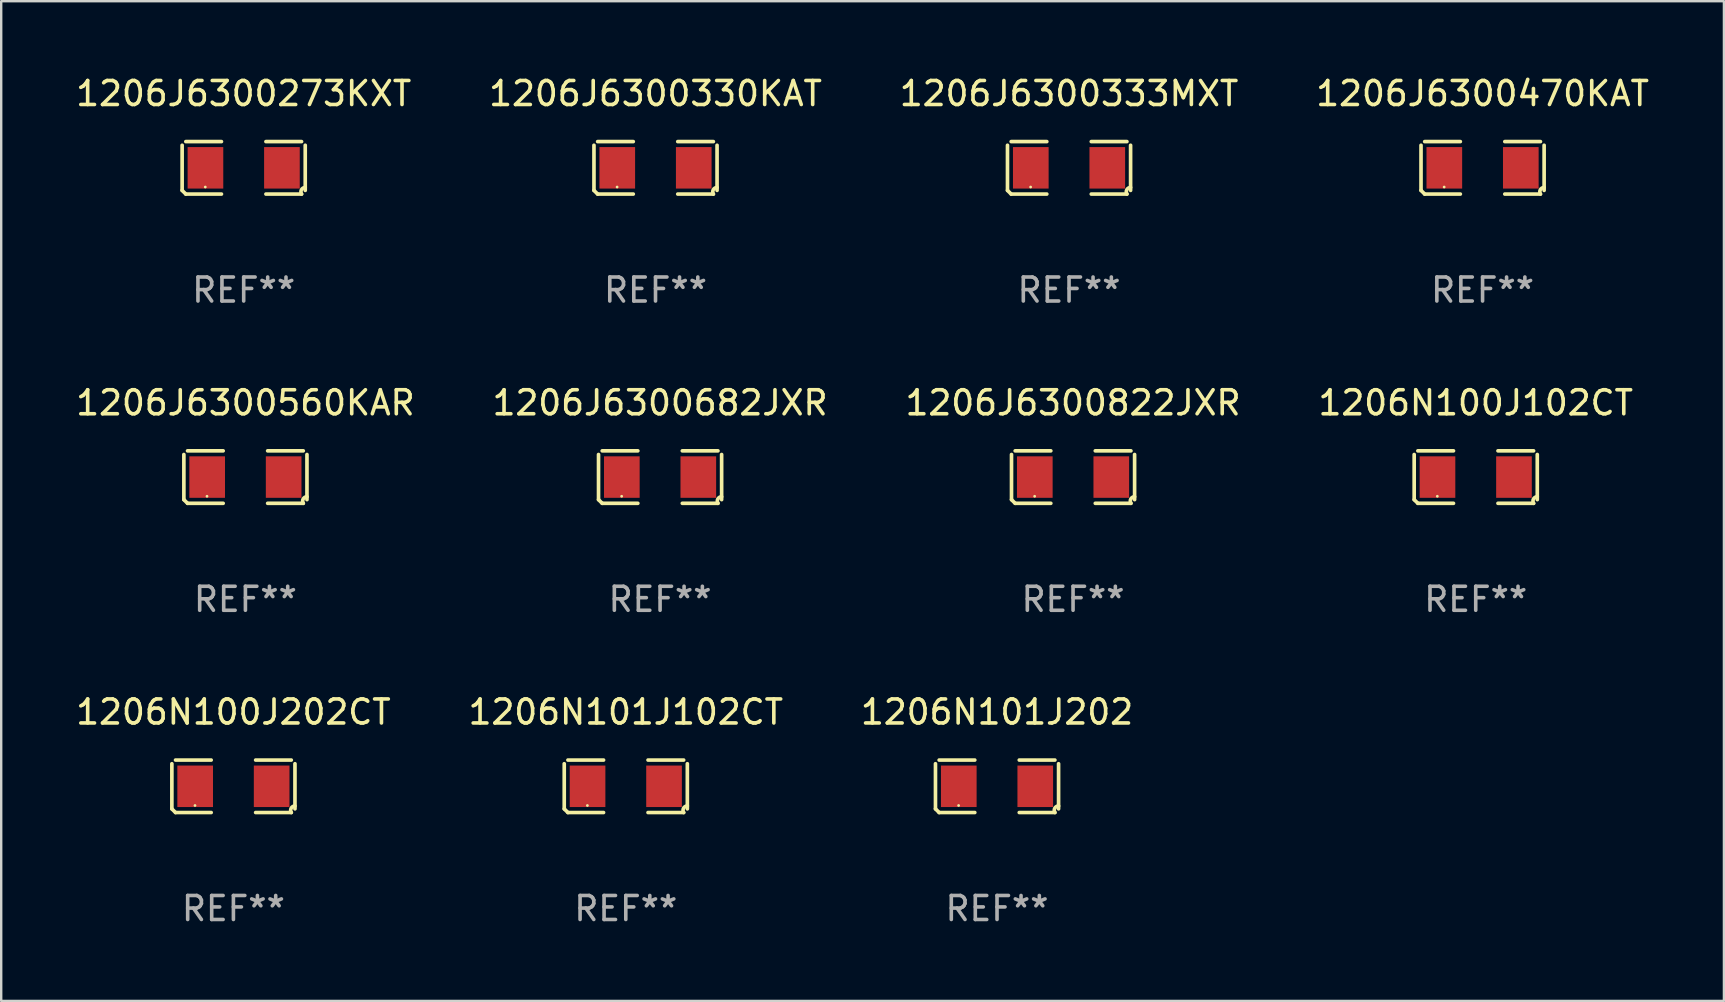
<source format=kicad_pcb>
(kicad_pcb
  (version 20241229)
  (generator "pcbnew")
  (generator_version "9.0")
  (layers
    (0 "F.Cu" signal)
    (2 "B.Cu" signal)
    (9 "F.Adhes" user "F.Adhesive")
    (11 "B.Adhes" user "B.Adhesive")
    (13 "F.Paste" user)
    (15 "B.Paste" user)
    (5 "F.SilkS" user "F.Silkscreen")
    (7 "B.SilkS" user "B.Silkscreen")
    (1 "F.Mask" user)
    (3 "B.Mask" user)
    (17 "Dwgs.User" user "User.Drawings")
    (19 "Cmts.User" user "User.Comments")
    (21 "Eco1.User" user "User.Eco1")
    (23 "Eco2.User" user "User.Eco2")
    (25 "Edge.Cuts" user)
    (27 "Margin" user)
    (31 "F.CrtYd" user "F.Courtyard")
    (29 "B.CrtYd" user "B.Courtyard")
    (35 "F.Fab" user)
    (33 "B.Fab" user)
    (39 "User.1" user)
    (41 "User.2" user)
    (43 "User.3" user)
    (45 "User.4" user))
  (footprint "1206N101J102CT"
    (layer "F.Cu")
    (at 23.018 29.704)
    (property "Reference" "1206N101J102CT" (at 0 -3.093 0) (layer "F.SilkS") (effects (font (size 1 1) (thickness 0.15))))
    (attr through_hole)
    (fp_line (start -2.564 0.94) (end -2.564 -0.94) (stroke (width 0.152) (type solid)) (layer "F.SilkS"))
    (fp_line (start -2.411 -1.093) (end -0.926 -1.093) (stroke (width 0.152) (type solid)) (layer "F.SilkS"))
    (fp_line (start -0.926 1.093) (end -2.411 1.093) (stroke (width 0.152) (type solid)) (layer "F.SilkS"))
    (fp_line (start 0.926 1.093) (end 2.411 1.093) (stroke (width 0.152) (type solid)) (layer "F.SilkS"))
    (fp_line (start 2.411 -1.093) (end 0.926 -1.093) (stroke (width 0.152) (type solid)) (layer "F.SilkS"))
    (fp_line (start 2.564 0.94) (end 2.564 -0.94) (stroke (width 0.152) (type solid)) (layer "F.SilkS"))
    (fp_arc (start -2.411201 1.092609) (mid -2.487413 1.01642) (end -2.563602 0.940208) (stroke (width 0.1524) (type solid)) (layer "F.SilkS"))
    (fp_arc (start 2.411201 1.092609) (mid 2.407159 0.911226) (end 2.563602 0.819347) (stroke (width 0.1524) (type solid)) (layer "F.SilkS"))
    (fp_circle (center -1.6 0.8) (end -1.57 0.8) (stroke (width 0.06) (type solid)) (fill no) (layer "F.SilkS"))
    (fp_text user "REF**" (at 0 5.093 0) (layer "F.Fab") (effects (font (size 1 1) (thickness 0.15))))
    (pad "1" smd rect (at -1.593 0) (size 1.485 1.728) (layers "F.Cu" "F.Mask" "F.Paste"))
    (pad "2" smd rect (at 1.593 0) (size 1.485 1.728) (layers "F.Cu" "F.Mask" "F.Paste")))
  (footprint "1206J6300560KAR"
    (layer "F.Cu")
    (at 7.173 16.823)
    (property "Reference" "1206J6300560KAR" (at 0 -3.093 0) (layer "F.SilkS") (effects (font (size 1 1) (thickness 0.15))))
    (attr through_hole)
    (fp_line (start -2.564 0.94) (end -2.564 -0.94) (stroke (width 0.152) (type solid)) (layer "F.SilkS"))
    (fp_line (start -2.411 -1.093) (end -0.926 -1.093) (stroke (width 0.152) (type solid)) (layer "F.SilkS"))
    (fp_line (start -0.926 1.093) (end -2.411 1.093) (stroke (width 0.152) (type solid)) (layer "F.SilkS"))
    (fp_line (start 0.926 1.093) (end 2.411 1.093) (stroke (width 0.152) (type solid)) (layer "F.SilkS"))
    (fp_line (start 2.411 -1.093) (end 0.926 -1.093) (stroke (width 0.152) (type solid)) (layer "F.SilkS"))
    (fp_line (start 2.564 0.94) (end 2.564 -0.94) (stroke (width 0.152) (type solid)) (layer "F.SilkS"))
    (fp_arc (start -2.411201 1.092609) (mid -2.487413 1.01642) (end -2.563602 0.940208) (stroke (width 0.1524) (type solid)) (layer "F.SilkS"))
    (fp_arc (start 2.411201 1.092609) (mid 2.407159 0.911226) (end 2.563602 0.819347) (stroke (width 0.1524) (type solid)) (layer "F.SilkS"))
    (fp_circle (center -1.6 0.8) (end -1.57 0.8) (stroke (width 0.06) (type solid)) (fill no) (layer "F.SilkS"))
    (fp_text user "REF**" (at 0 5.093 0) (layer "F.Fab") (effects (font (size 1 1) (thickness 0.15))))
    (pad "1" smd rect (at -1.593 0) (size 1.485 1.728) (layers "F.Cu" "F.Mask" "F.Paste"))
    (pad "2" smd rect (at 1.593 0) (size 1.485 1.728) (layers "F.Cu" "F.Mask" "F.Paste")))
  (footprint "1206J6300273KXT"
    (layer "F.Cu")
    (at 7.101 3.941)
    (property "Reference" "1206J6300273KXT" (at 0 -3.093 0) (layer "F.SilkS") (effects (font (size 1 1) (thickness 0.15))))
    (attr through_hole)
    (fp_line (start -2.564 0.94) (end -2.564 -0.94) (stroke (width 0.152) (type solid)) (layer "F.SilkS"))
    (fp_line (start -2.411 -1.093) (end -0.926 -1.093) (stroke (width 0.152) (type solid)) (layer "F.SilkS"))
    (fp_line (start -0.926 1.093) (end -2.411 1.093) (stroke (width 0.152) (type solid)) (layer "F.SilkS"))
    (fp_line (start 0.926 1.093) (end 2.411 1.093) (stroke (width 0.152) (type solid)) (layer "F.SilkS"))
    (fp_line (start 2.411 -1.093) (end 0.926 -1.093) (stroke (width 0.152) (type solid)) (layer "F.SilkS"))
    (fp_line (start 2.564 0.94) (end 2.564 -0.94) (stroke (width 0.152) (type solid)) (layer "F.SilkS"))
    (fp_arc (start -2.411201 1.092609) (mid -2.487413 1.01642) (end -2.563602 0.940208) (stroke (width 0.1524) (type solid)) (layer "F.SilkS"))
    (fp_arc (start 2.411201 1.092609) (mid 2.407159 0.911226) (end 2.563602 0.819347) (stroke (width 0.1524) (type solid)) (layer "F.SilkS"))
    (fp_circle (center -1.6 0.8) (end -1.57 0.8) (stroke (width 0.06) (type solid)) (fill no) (layer "F.SilkS"))
    (fp_text user "REF**" (at 0 5.093 0) (layer "F.Fab") (effects (font (size 1 1) (thickness 0.15))))
    (pad "1" smd rect (at -1.593 0) (size 1.485 1.728) (layers "F.Cu" "F.Mask" "F.Paste"))
    (pad "2" smd rect (at 1.593 0) (size 1.485 1.728) (layers "F.Cu" "F.Mask" "F.Paste")))
  (footprint "1206J6300330KAT"
    (layer "F.Cu")
    (at 24.256 3.941)
    (property "Reference" "1206J6300330KAT" (at 0 -3.093 0) (layer "F.SilkS") (effects (font (size 1 1) (thickness 0.15))))
    (attr through_hole)
    (fp_line (start -2.564 0.94) (end -2.564 -0.94) (stroke (width 0.152) (type solid)) (layer "F.SilkS"))
    (fp_line (start -2.411 -1.093) (end -0.926 -1.093) (stroke (width 0.152) (type solid)) (layer "F.SilkS"))
    (fp_line (start -0.926 1.093) (end -2.411 1.093) (stroke (width 0.152) (type solid)) (layer "F.SilkS"))
    (fp_line (start 0.926 1.093) (end 2.411 1.093) (stroke (width 0.152) (type solid)) (layer "F.SilkS"))
    (fp_line (start 2.411 -1.093) (end 0.926 -1.093) (stroke (width 0.152) (type solid)) (layer "F.SilkS"))
    (fp_line (start 2.564 0.94) (end 2.564 -0.94) (stroke (width 0.152) (type solid)) (layer "F.SilkS"))
    (fp_arc (start -2.411201 1.092609) (mid -2.487413 1.01642) (end -2.563602 0.940208) (stroke (width 0.1524) (type solid)) (layer "F.SilkS"))
    (fp_arc (start 2.411201 1.092609) (mid 2.407159 0.911226) (end 2.563602 0.819347) (stroke (width 0.1524) (type solid)) (layer "F.SilkS"))
    (fp_circle (center -1.6 0.8) (end -1.57 0.8) (stroke (width 0.06) (type solid)) (fill no) (layer "F.SilkS"))
    (fp_text user "REF**" (at 0 5.093 0) (layer "F.Fab") (effects (font (size 1 1) (thickness 0.15))))
    (pad "1" smd rect (at -1.593 0) (size 1.485 1.728) (layers "F.Cu" "F.Mask" "F.Paste"))
    (pad "2" smd rect (at 1.593 0) (size 1.485 1.728) (layers "F.Cu" "F.Mask" "F.Paste")))
  (footprint "1206N100J102CT"
    (layer "F.Cu")
    (at 58.423 16.823)
    (property "Reference" "1206N100J102CT" (at 0 -3.093 0) (layer "F.SilkS") (effects (font (size 1 1) (thickness 0.15))))
    (attr through_hole)
    (fp_line (start -2.564 0.94) (end -2.564 -0.94) (stroke (width 0.152) (type solid)) (layer "F.SilkS"))
    (fp_line (start -2.411 -1.093) (end -0.926 -1.093) (stroke (width 0.152) (type solid)) (layer "F.SilkS"))
    (fp_line (start -0.926 1.093) (end -2.411 1.093) (stroke (width 0.152) (type solid)) (layer "F.SilkS"))
    (fp_line (start 0.926 1.093) (end 2.411 1.093) (stroke (width 0.152) (type solid)) (layer "F.SilkS"))
    (fp_line (start 2.411 -1.093) (end 0.926 -1.093) (stroke (width 0.152) (type solid)) (layer "F.SilkS"))
    (fp_line (start 2.564 0.94) (end 2.564 -0.94) (stroke (width 0.152) (type solid)) (layer "F.SilkS"))
    (fp_arc (start -2.411201 1.092609) (mid -2.487413 1.01642) (end -2.563602 0.940208) (stroke (width 0.1524) (type solid)) (layer "F.SilkS"))
    (fp_arc (start 2.411201 1.092609) (mid 2.407159 0.911226) (end 2.563602 0.819347) (stroke (width 0.1524) (type solid)) (layer "F.SilkS"))
    (fp_circle (center -1.6 0.8) (end -1.57 0.8) (stroke (width 0.06) (type solid)) (fill no) (layer "F.SilkS"))
    (fp_text user "REF**" (at 0 5.093 0) (layer "F.Fab") (effects (font (size 1 1) (thickness 0.15))))
    (pad "1" smd rect (at -1.593 0) (size 1.485 1.728) (layers "F.Cu" "F.Mask" "F.Paste"))
    (pad "2" smd rect (at 1.593 0) (size 1.485 1.728) (layers "F.Cu" "F.Mask" "F.Paste")))
  (footprint "1206J6300470KAT"
    (layer "F.Cu")
    (at 58.708 3.941)
    (property "Reference" "1206J6300470KAT" (at 0 -3.093 0) (layer "F.SilkS") (effects (font (size 1 1) (thickness 0.15))))
    (attr through_hole)
    (fp_line (start -2.564 0.94) (end -2.564 -0.94) (stroke (width 0.152) (type solid)) (layer "F.SilkS"))
    (fp_line (start -2.411 -1.093) (end -0.926 -1.093) (stroke (width 0.152) (type solid)) (layer "F.SilkS"))
    (fp_line (start -0.926 1.093) (end -2.411 1.093) (stroke (width 0.152) (type solid)) (layer "F.SilkS"))
    (fp_line (start 0.926 1.093) (end 2.411 1.093) (stroke (width 0.152) (type solid)) (layer "F.SilkS"))
    (fp_line (start 2.411 -1.093) (end 0.926 -1.093) (stroke (width 0.152) (type solid)) (layer "F.SilkS"))
    (fp_line (start 2.564 0.94) (end 2.564 -0.94) (stroke (width 0.152) (type solid)) (layer "F.SilkS"))
    (fp_arc (start -2.411201 1.092609) (mid -2.487413 1.01642) (end -2.563602 0.940208) (stroke (width 0.1524) (type solid)) (layer "F.SilkS"))
    (fp_arc (start 2.411201 1.092609) (mid 2.407159 0.911226) (end 2.563602 0.819347) (stroke (width 0.1524) (type solid)) (layer "F.SilkS"))
    (fp_circle (center -1.6 0.8) (end -1.57 0.8) (stroke (width 0.06) (type solid)) (fill no) (layer "F.SilkS"))
    (fp_text user "REF**" (at 0 5.093 0) (layer "F.Fab") (effects (font (size 1 1) (thickness 0.15))))
    (pad "1" smd rect (at -1.593 0) (size 1.485 1.728) (layers "F.Cu" "F.Mask" "F.Paste"))
    (pad "2" smd rect (at 1.593 0) (size 1.485 1.728) (layers "F.Cu" "F.Mask" "F.Paste")))
  (footprint "1206N101J202"
    (layer "F.Cu")
    (at 38.482 29.704)
    (property "Reference" "1206N101J202" (at 0 -3.093 0) (layer "F.SilkS") (effects (font (size 1 1) (thickness 0.15))))
    (attr through_hole)
    (fp_line (start -2.564 0.94) (end -2.564 -0.94) (stroke (width 0.152) (type solid)) (layer "F.SilkS"))
    (fp_line (start -2.411 -1.093) (end -0.926 -1.093) (stroke (width 0.152) (type solid)) (layer "F.SilkS"))
    (fp_line (start -0.926 1.093) (end -2.411 1.093) (stroke (width 0.152) (type solid)) (layer "F.SilkS"))
    (fp_line (start 0.926 1.093) (end 2.411 1.093) (stroke (width 0.152) (type solid)) (layer "F.SilkS"))
    (fp_line (start 2.411 -1.093) (end 0.926 -1.093) (stroke (width 0.152) (type solid)) (layer "F.SilkS"))
    (fp_line (start 2.564 0.94) (end 2.564 -0.94) (stroke (width 0.152) (type solid)) (layer "F.SilkS"))
    (fp_arc (start -2.411201 1.092609) (mid -2.487413 1.01642) (end -2.563602 0.940208) (stroke (width 0.1524) (type solid)) (layer "F.SilkS"))
    (fp_arc (start 2.411201 1.092609) (mid 2.407159 0.911226) (end 2.563602 0.819347) (stroke (width 0.1524) (type solid)) (layer "F.SilkS"))
    (fp_circle (center -1.6 0.8) (end -1.57 0.8) (stroke (width 0.06) (type solid)) (fill no) (layer "F.SilkS"))
    (fp_text user "REF**" (at 0 5.093 0) (layer "F.Fab") (effects (font (size 1 1) (thickness 0.15))))
    (pad "1" smd rect (at -1.593 0) (size 1.485 1.728) (layers "F.Cu" "F.Mask" "F.Paste"))
    (pad "2" smd rect (at 1.593 0) (size 1.485 1.728) (layers "F.Cu" "F.Mask" "F.Paste")))
  (footprint "1206J6300333MXT"
    (layer "F.Cu")
    (at 41.482 3.941)
    (property "Reference" "1206J6300333MXT" (at 0 -3.093 0) (layer "F.SilkS") (effects (font (size 1 1) (thickness 0.15))))
    (attr through_hole)
    (fp_line (start -2.564 0.94) (end -2.564 -0.94) (stroke (width 0.152) (type solid)) (layer "F.SilkS"))
    (fp_line (start -2.411 -1.093) (end -0.926 -1.093) (stroke (width 0.152) (type solid)) (layer "F.SilkS"))
    (fp_line (start -0.926 1.093) (end -2.411 1.093) (stroke (width 0.152) (type solid)) (layer "F.SilkS"))
    (fp_line (start 0.926 1.093) (end 2.411 1.093) (stroke (width 0.152) (type solid)) (layer "F.SilkS"))
    (fp_line (start 2.411 -1.093) (end 0.926 -1.093) (stroke (width 0.152) (type solid)) (layer "F.SilkS"))
    (fp_line (start 2.564 0.94) (end 2.564 -0.94) (stroke (width 0.152) (type solid)) (layer "F.SilkS"))
    (fp_arc (start -2.411201 1.092609) (mid -2.487413 1.01642) (end -2.563602 0.940208) (stroke (width 0.1524) (type solid)) (layer "F.SilkS"))
    (fp_arc (start 2.411201 1.092609) (mid 2.407159 0.911226) (end 2.563602 0.819347) (stroke (width 0.1524) (type solid)) (layer "F.SilkS"))
    (fp_circle (center -1.6 0.8) (end -1.57 0.8) (stroke (width 0.06) (type solid)) (fill no) (layer "F.SilkS"))
    (fp_text user "REF**" (at 0 5.093 0) (layer "F.Fab") (effects (font (size 1 1) (thickness 0.15))))
    (pad "1" smd rect (at -1.593 0) (size 1.485 1.728) (layers "F.Cu" "F.Mask" "F.Paste"))
    (pad "2" smd rect (at 1.593 0) (size 1.485 1.728) (layers "F.Cu" "F.Mask" "F.Paste")))
  (footprint "1206J6300682JXR"
    (layer "F.Cu")
    (at 24.446 16.823)
    (property "Reference" "1206J6300682JXR" (at 0 -3.093 0) (layer "F.SilkS") (effects (font (size 1 1) (thickness 0.15))))
    (attr through_hole)
    (fp_line (start -2.564 0.94) (end -2.564 -0.94) (stroke (width 0.152) (type solid)) (layer "F.SilkS"))
    (fp_line (start -2.411 -1.093) (end -0.926 -1.093) (stroke (width 0.152) (type solid)) (layer "F.SilkS"))
    (fp_line (start -0.926 1.093) (end -2.411 1.093) (stroke (width 0.152) (type solid)) (layer "F.SilkS"))
    (fp_line (start 0.926 1.093) (end 2.411 1.093) (stroke (width 0.152) (type solid)) (layer "F.SilkS"))
    (fp_line (start 2.411 -1.093) (end 0.926 -1.093) (stroke (width 0.152) (type solid)) (layer "F.SilkS"))
    (fp_line (start 2.564 0.94) (end 2.564 -0.94) (stroke (width 0.152) (type solid)) (layer "F.SilkS"))
    (fp_arc (start -2.411201 1.092609) (mid -2.487413 1.01642) (end -2.563602 0.940208) (stroke (width 0.1524) (type solid)) (layer "F.SilkS"))
    (fp_arc (start 2.411201 1.092609) (mid 2.407159 0.911226) (end 2.563602 0.819347) (stroke (width 0.1524) (type solid)) (layer "F.SilkS"))
    (fp_circle (center -1.6 0.8) (end -1.57 0.8) (stroke (width 0.06) (type solid)) (fill no) (layer "F.SilkS"))
    (fp_text user "REF**" (at 0 5.093 0) (layer "F.Fab") (effects (font (size 1 1) (thickness 0.15))))
    (pad "1" smd rect (at -1.593 0) (size 1.485 1.728) (layers "F.Cu" "F.Mask" "F.Paste"))
    (pad "2" smd rect (at 1.593 0) (size 1.485 1.728) (layers "F.Cu" "F.Mask" "F.Paste")))
  (footprint "1206J6300822JXR"
    (layer "F.Cu")
    (at 41.649 16.823)
    (property "Reference" "1206J6300822JXR" (at 0 -3.093 0) (layer "F.SilkS") (effects (font (size 1 1) (thickness 0.15))))
    (attr through_hole)
    (fp_line (start -2.564 0.94) (end -2.564 -0.94) (stroke (width 0.152) (type solid)) (layer "F.SilkS"))
    (fp_line (start -2.411 -1.093) (end -0.926 -1.093) (stroke (width 0.152) (type solid)) (layer "F.SilkS"))
    (fp_line (start -0.926 1.093) (end -2.411 1.093) (stroke (width 0.152) (type solid)) (layer "F.SilkS"))
    (fp_line (start 0.926 1.093) (end 2.411 1.093) (stroke (width 0.152) (type solid)) (layer "F.SilkS"))
    (fp_line (start 2.411 -1.093) (end 0.926 -1.093) (stroke (width 0.152) (type solid)) (layer "F.SilkS"))
    (fp_line (start 2.564 0.94) (end 2.564 -0.94) (stroke (width 0.152) (type solid)) (layer "F.SilkS"))
    (fp_arc (start -2.411201 1.092609) (mid -2.487413 1.01642) (end -2.563602 0.940208) (stroke (width 0.1524) (type solid)) (layer "F.SilkS"))
    (fp_arc (start 2.411201 1.092609) (mid 2.407159 0.911226) (end 2.563602 0.819347) (stroke (width 0.1524) (type solid)) (layer "F.SilkS"))
    (fp_circle (center -1.6 0.8) (end -1.57 0.8) (stroke (width 0.06) (type solid)) (fill no) (layer "F.SilkS"))
    (fp_text user "REF**" (at 0 5.093 0) (layer "F.Fab") (effects (font (size 1 1) (thickness 0.15))))
    (pad "1" smd rect (at -1.593 0) (size 1.485 1.728) (layers "F.Cu" "F.Mask" "F.Paste"))
    (pad "2" smd rect (at 1.593 0) (size 1.485 1.728) (layers "F.Cu" "F.Mask" "F.Paste")))
  (footprint "1206N100J202CT"
    (layer "F.Cu")
    (at 6.673 29.704)
    (property "Reference" "1206N100J202CT" (at 0 -3.093 0) (layer "F.SilkS") (effects (font (size 1 1) (thickness 0.15))))
    (attr through_hole)
    (fp_line (start -2.564 0.94) (end -2.564 -0.94) (stroke (width 0.152) (type solid)) (layer "F.SilkS"))
    (fp_line (start -2.411 -1.093) (end -0.926 -1.093) (stroke (width 0.152) (type solid)) (layer "F.SilkS"))
    (fp_line (start -0.926 1.093) (end -2.411 1.093) (stroke (width 0.152) (type solid)) (layer "F.SilkS"))
    (fp_line (start 0.926 1.093) (end 2.411 1.093) (stroke (width 0.152) (type solid)) (layer "F.SilkS"))
    (fp_line (start 2.411 -1.093) (end 0.926 -1.093) (stroke (width 0.152) (type solid)) (layer "F.SilkS"))
    (fp_line (start 2.564 0.94) (end 2.564 -0.94) (stroke (width 0.152) (type solid)) (layer "F.SilkS"))
    (fp_arc (start -2.411201 1.092609) (mid -2.487413 1.01642) (end -2.563602 0.940208) (stroke (width 0.1524) (type solid)) (layer "F.SilkS"))
    (fp_arc (start 2.411201 1.092609) (mid 2.407159 0.911226) (end 2.563602 0.819347) (stroke (width 0.1524) (type solid)) (layer "F.SilkS"))
    (fp_circle (center -1.6 0.8) (end -1.57 0.8) (stroke (width 0.06) (type solid)) (fill no) (layer "F.SilkS"))
    (fp_text user "REF**" (at 0 5.093 0) (layer "F.Fab") (effects (font (size 1 1) (thickness 0.15))))
    (pad "1" smd rect (at -1.593 0) (size 1.485 1.728) (layers "F.Cu" "F.Mask" "F.Paste"))
    (pad "2" smd rect (at 1.593 0) (size 1.485 1.728) (layers "F.Cu" "F.Mask" "F.Paste")))
  (gr_rect
    (start -3 -3)
    (end 68.762 38.645)
    (stroke (width 0.1) (type default))
    (fill no)
    (layer "Edge.Cuts")))
</source>
